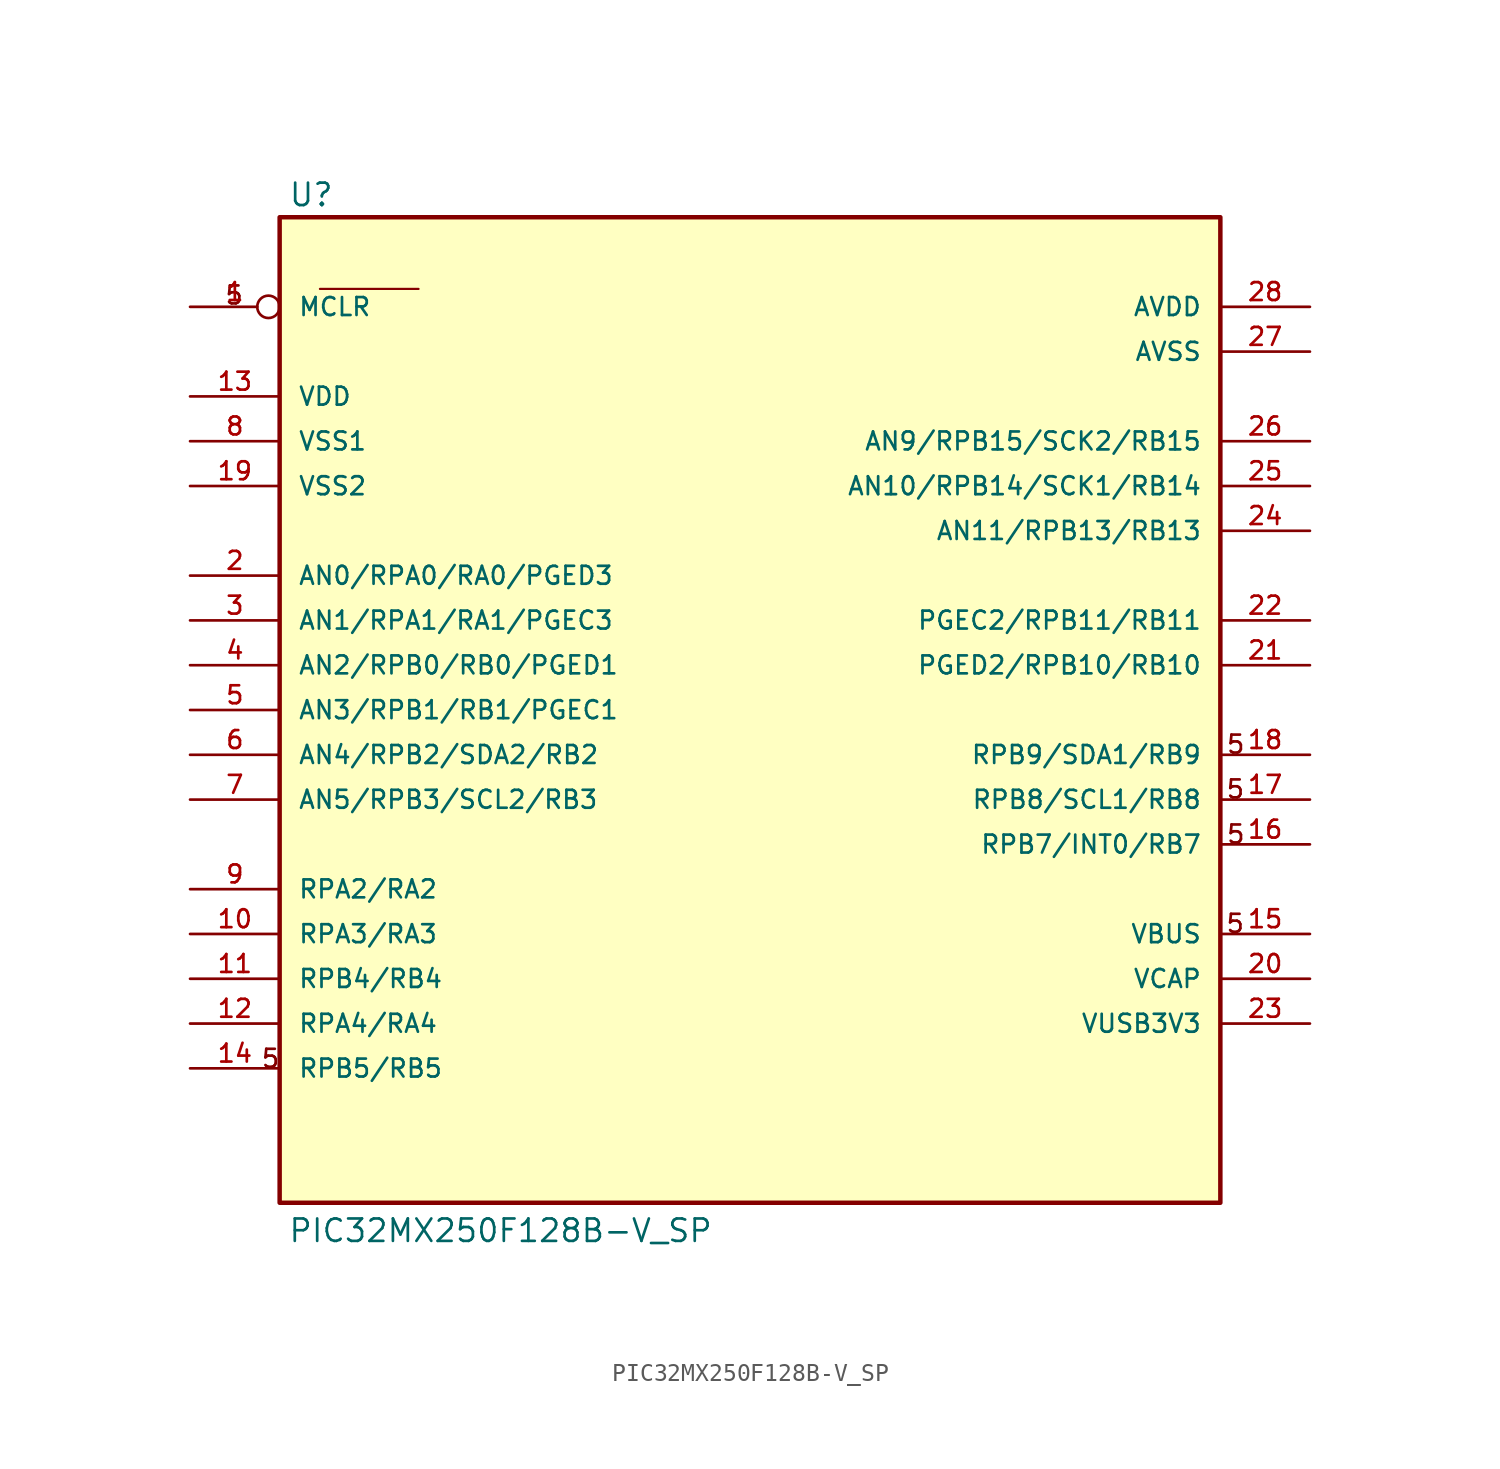
<source format=kicad_sym>
(kicad_symbol_lib
  (version 20211014)
  (generator kicad_symbol_editor)
  (symbol "PIC32MX250F128B-V_SP"
    (pin_names
      (offset 1.016))
    (property "Reference" "U"
      (at -40.162 28.469 0)
      (effects (font (size 1.27 1.27)) (justify bottom left)))
    (property "Value" "PIC32MX250F128B-V_SP"
      (at -40.184 -30.265 0)
      (effects (font (size 1.27 1.27)) (justify bottom left)))
    (symbol "PIC32MX250F128B-V_SP_0_0"
      (text "5" (at 12.96 -12.706 0) (effects (font (size 1.016 1.016)) (justify bottom left)))
      (text "5" (at 12.986 -2.546 0) (effects (font (size 1.019 1.019)) (justify bottom left)))
      (text "5" (at 12.969 -5.086 0) (effects (font (size 1.017 1.017)) (justify bottom left)))
      (text "5" (at 12.991 -7.642 0) (effects (font (size 1.019 1.019)) (justify bottom left)))
      (text "5" (at -43.804 22.921 0) (effects (font (size 1.019 1.019)) (justify bottom left)))
      (text "5" (at -41.741 -20.361 0) (effects (font (size 1.018 1.018)) (justify bottom left)))
      (polyline (pts (xy -32.766 23.876) (xy -38.354 23.876)) (stroke (width 0.127)))
      (rectangle (start -40.64 -27.94) (end 12.7 27.94) (stroke (width 0.254)) (fill (type background)))
      (pin bidirectional line (at 17.78 22.86 180.0) (length 5.08) (name "AVDD" (effects (font (size 1.016 1.016)))) (number "28" (effects (font (size 1.016 1.016)))))
      (pin bidirectional line (at 17.78 20.32 180.0) (length 5.08) (name "AVSS" (effects (font (size 1.016 1.016)))) (number "27" (effects (font (size 1.016 1.016)))))
      (pin bidirectional line (at -45.72 17.78 0) (length 5.08) (name "VDD" (effects (font (size 1.016 1.016)))) (number "13" (effects (font (size 1.016 1.016)))))
      (pin bidirectional line (at -45.72 15.24 0) (length 5.08) (name "VSS1" (effects (font (size 1.016 1.016)))) (number "8" (effects (font (size 1.016 1.016)))))
      (pin bidirectional line (at -45.72 12.7 0) (length 5.08) (name "VSS2" (effects (font (size 1.016 1.016)))) (number "19" (effects (font (size 1.016 1.016)))))
      (pin bidirectional inverted (at -45.72 22.86 0) (length 5.08) (name "MCLR" (effects (font (size 1.016 1.016)))) (number "1" (effects (font (size 1.016 1.016)))))
      (pin bidirectional line (at -45.72 7.62 0) (length 5.08) (name "AN0/RPA0/RA0/PGED3" (effects (font (size 1.016 1.016)))) (number "2" (effects (font (size 1.016 1.016)))))
      (pin bidirectional line (at -45.72 5.08 0) (length 5.08) (name "AN1/RPA1/RA1/PGEC3" (effects (font (size 1.016 1.016)))) (number "3" (effects (font (size 1.016 1.016)))))
      (pin bidirectional line (at -45.72 2.54 0) (length 5.08) (name "AN2/RPB0/RB0/PGED1" (effects (font (size 1.016 1.016)))) (number "4" (effects (font (size 1.016 1.016)))))
      (pin bidirectional line (at -45.72 0.0 0) (length 5.08) (name "AN3/RPB1/RB1/PGEC1" (effects (font (size 1.016 1.016)))) (number "5" (effects (font (size 1.016 1.016)))))
      (pin bidirectional line (at -45.72 -2.54 0) (length 5.08) (name "AN4/RPB2/SDA2/RB2" (effects (font (size 1.016 1.016)))) (number "6" (effects (font (size 1.016 1.016)))))
      (pin bidirectional line (at -45.72 -5.08 0) (length 5.08) (name "AN5/RPB3/SCL2/RB3" (effects (font (size 1.016 1.016)))) (number "7" (effects (font (size 1.016 1.016)))))
      (pin bidirectional line (at -45.72 -10.16 0) (length 5.08) (name "RPA2/RA2" (effects (font (size 1.016 1.016)))) (number "9" (effects (font (size 1.016 1.016)))))
      (pin bidirectional line (at -45.72 -12.7 0) (length 5.08) (name "RPA3/RA3" (effects (font (size 1.016 1.016)))) (number "10" (effects (font (size 1.016 1.016)))))
      (pin bidirectional line (at -45.72 -15.24 0) (length 5.08) (name "RPB4/RB4" (effects (font (size 1.016 1.016)))) (number "11" (effects (font (size 1.016 1.016)))))
      (pin bidirectional line (at -45.72 -17.78 0) (length 5.08) (name "RPA4/RA4" (effects (font (size 1.016 1.016)))) (number "12" (effects (font (size 1.016 1.016)))))
      (pin bidirectional line (at -45.72 -20.32 0) (length 5.08) (name "RPB5/RB5" (effects (font (size 1.016 1.016)))) (number "14" (effects (font (size 1.016 1.016)))))
      (pin bidirectional line (at 17.78 -12.7 180.0) (length 5.08) (name "VBUS" (effects (font (size 1.016 1.016)))) (number "15" (effects (font (size 1.016 1.016)))))
      (pin bidirectional line (at 17.78 -7.62 180.0) (length 5.08) (name "RPB7/INT0/RB7" (effects (font (size 1.016 1.016)))) (number "16" (effects (font (size 1.016 1.016)))))
      (pin bidirectional line (at 17.78 -5.08 180.0) (length 5.08) (name "RPB8/SCL1/RB8" (effects (font (size 1.016 1.016)))) (number "17" (effects (font (size 1.016 1.016)))))
      (pin bidirectional line (at 17.78 -2.54 180.0) (length 5.08) (name "RPB9/SDA1/RB9" (effects (font (size 1.016 1.016)))) (number "18" (effects (font (size 1.016 1.016)))))
      (pin bidirectional line (at 17.78 -17.78 180.0) (length 5.08) (name "VUSB3V3" (effects (font (size 1.016 1.016)))) (number "23" (effects (font (size 1.016 1.016)))))
      (pin bidirectional line (at 17.78 2.54 180.0) (length 5.08) (name "PGED2/RPB10/RB10" (effects (font (size 1.016 1.016)))) (number "21" (effects (font (size 1.016 1.016)))))
      (pin bidirectional line (at 17.78 5.08 180.0) (length 5.08) (name "PGEC2/RPB11/RB11" (effects (font (size 1.016 1.016)))) (number "22" (effects (font (size 1.016 1.016)))))
      (pin bidirectional line (at 17.78 -15.24 180.0) (length 5.08) (name "VCAP" (effects (font (size 1.016 1.016)))) (number "20" (effects (font (size 1.016 1.016)))))
      (pin bidirectional line (at 17.78 10.16 180.0) (length 5.08) (name "AN11/RPB13/RB13" (effects (font (size 1.016 1.016)))) (number "24" (effects (font (size 1.016 1.016)))))
      (pin bidirectional line (at 17.78 12.7 180.0) (length 5.08) (name "AN10/RPB14/SCK1/RB14" (effects (font (size 1.016 1.016)))) (number "25" (effects (font (size 1.016 1.016)))))
      (pin bidirectional line (at 17.78 15.24 180.0) (length 5.08) (name "AN9/RPB15/SCK2/RB15" (effects (font (size 1.016 1.016)))) (number "26" (effects (font (size 1.016 1.016))))))))
</source>
